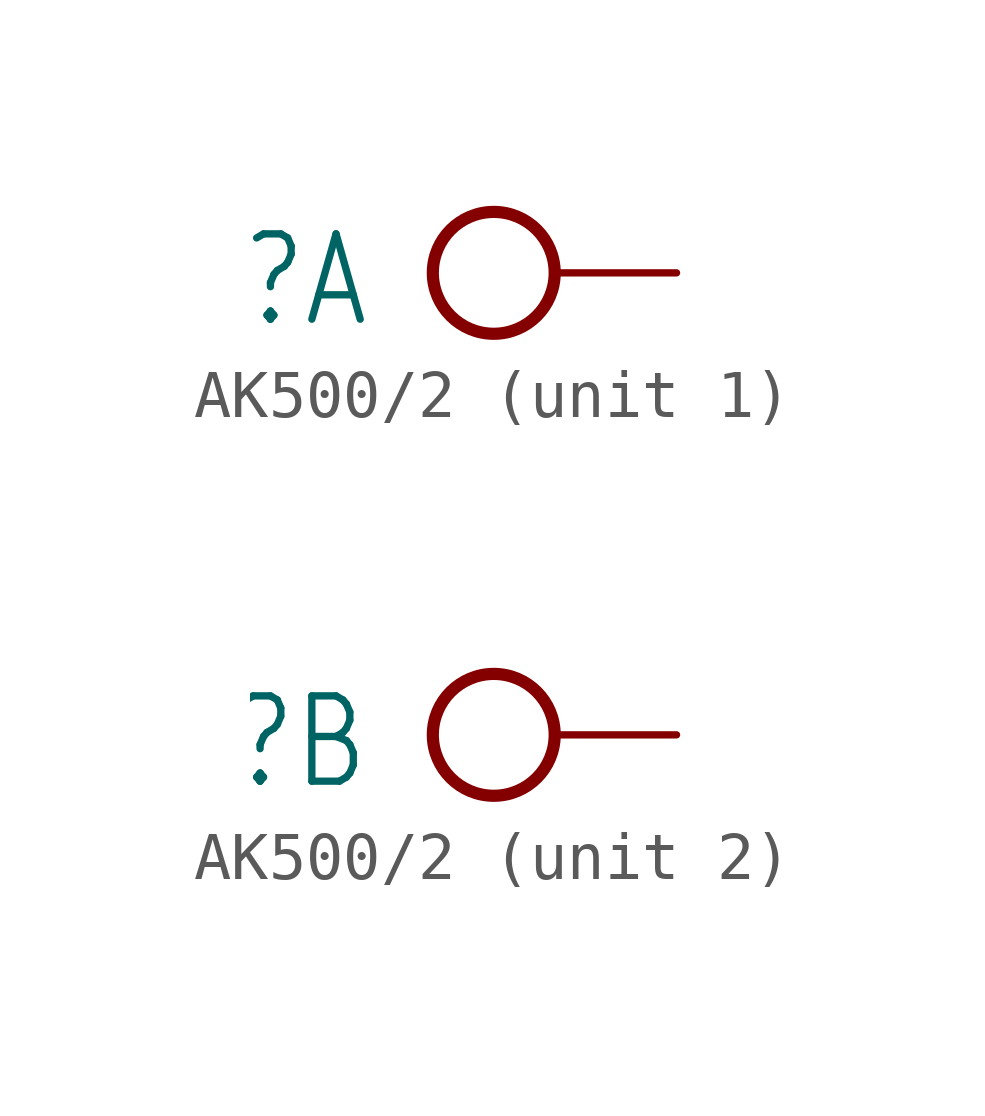
<source format=kicad_sym>
(kicad_symbol_lib
  (version 20231120)
  (generator "kicad_symbol_editor")
  (generator_version "8.0")
  (symbol "AK500/2"
    (property "Reference" "X"
      (at -1.27 0.889 0)
      (effects (font (size 1.778 1.511)) (justify right top)))
    (property "ki_locked" ""
      (at 0 0 0)
      (effects (font (size 1.27 1.27))))
    (symbol "AK500/2_1_0"
      (circle (center 1.27 0) (radius 1.27) (stroke (width 0.254) (type solid)) (fill (type none)))
      (pin passive line (at 5.08 0 180) (length 2.54) (name "KL" (effects (font (size 0 0)))) (number "1" (effects (font (size 0 0))))))
    (symbol "AK500/2_2_0"
      (circle (center 1.27 0) (radius 1.27) (stroke (width 0.254) (type solid)) (fill (type none)))
      (pin passive line (at 5.08 0 180) (length 2.54) (name "KL" (effects (font (size 0 0)))) (number "2" (effects (font (size 0 0))))))))
</source>
